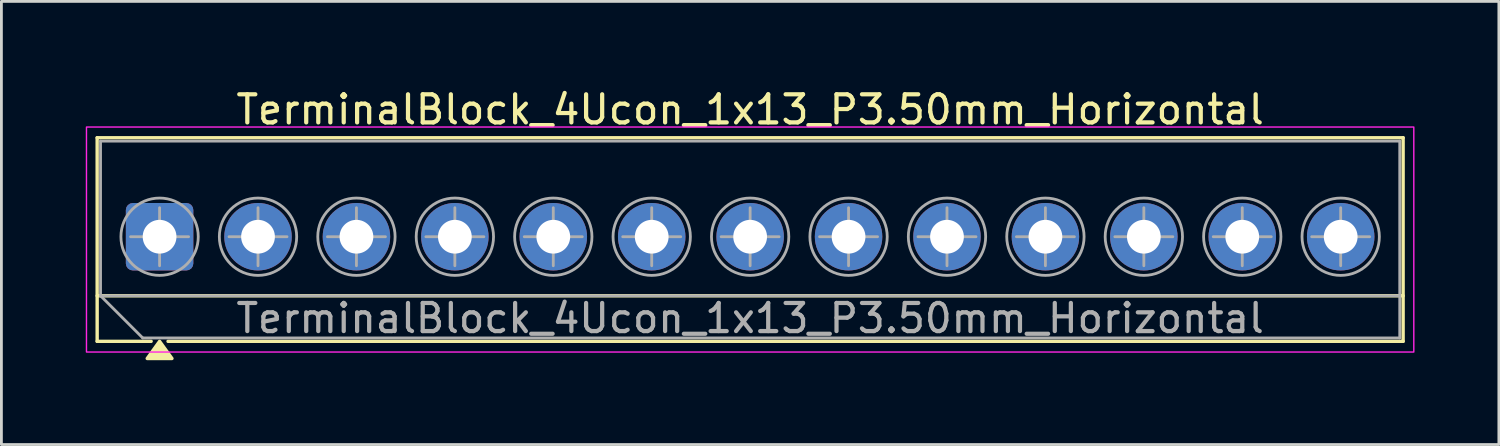
<source format=kicad_pcb>
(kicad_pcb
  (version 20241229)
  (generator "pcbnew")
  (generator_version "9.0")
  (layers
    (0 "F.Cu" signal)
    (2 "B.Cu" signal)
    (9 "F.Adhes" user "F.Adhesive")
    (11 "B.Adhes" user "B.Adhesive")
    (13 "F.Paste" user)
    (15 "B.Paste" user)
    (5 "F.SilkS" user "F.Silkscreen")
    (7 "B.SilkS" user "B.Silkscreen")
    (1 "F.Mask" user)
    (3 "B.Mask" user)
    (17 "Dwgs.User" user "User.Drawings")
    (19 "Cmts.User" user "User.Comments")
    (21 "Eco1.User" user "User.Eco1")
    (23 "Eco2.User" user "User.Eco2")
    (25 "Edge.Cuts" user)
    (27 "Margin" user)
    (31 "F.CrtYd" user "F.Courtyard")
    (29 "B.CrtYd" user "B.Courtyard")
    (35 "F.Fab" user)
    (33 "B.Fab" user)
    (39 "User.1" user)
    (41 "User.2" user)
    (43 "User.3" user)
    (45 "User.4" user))
  (footprint "TerminalBlock_4Ucon_1x13_P3.50mm_Horizontal"
    (layer "F.Cu")
    (at 2.625 5.368)
    (property "Reference" "TerminalBlock_4Ucon_1x13_P3.50mm_Horizontal" (at 21 -4.52 0) (layer "F.SilkS") (effects (font (size 1 1) (thickness 0.15))))
    (attr through_hole)
    (fp_line (start -2.22 -3.52) (end 44.22 -3.52) (stroke (width 0.12) (type solid)) (layer "F.SilkS"))
    (fp_line (start -2.22 2.1) (end 44.22 2.1) (stroke (width 0.12) (type solid)) (layer "F.SilkS"))
    (fp_line (start -2.22 3.72) (end -2.22 -3.52) (stroke (width 0.12) (type solid)) (layer "F.SilkS"))
    (fp_line (start -0.3 3.72) (end -2.22 3.72) (stroke (width 0.12) (type solid)) (layer "F.SilkS"))
    (fp_line (start 44.22 -3.52) (end 44.22 3.72) (stroke (width 0.12) (type solid)) (layer "F.SilkS"))
    (fp_line (start 44.22 3.72) (end 0.3 3.72) (stroke (width 0.12) (type solid)) (layer "F.SilkS"))
    (fp_poly (pts (xy 0 3.72) (xy 0.44 4.33) (xy -0.44 4.33)) (stroke (width 0.12) (type solid)) (fill yes) (layer "F.SilkS"))
    (fp_rect (start -2.6 -3.9) (end 44.6 4.1) (stroke (width 0.05) (type solid)) (fill no) (layer "F.CrtYd"))
    (fp_line (start -2.1 -3.4) (end 44.1 -3.4) (stroke (width 0.1) (type solid)) (layer "F.Fab"))
    (fp_line (start -2.1 2.1) (end -2.1 -3.4) (stroke (width 0.1) (type solid)) (layer "F.Fab"))
    (fp_line (start -2.1 2.1) (end 44.1 2.1) (stroke (width 0.1) (type solid)) (layer "F.Fab"))
    (fp_line (start -1.031 0) (end 1.031 0) (stroke (width 0.1) (type solid)) (layer "F.Fab"))
    (fp_line (start -0.6 3.6) (end -2.1 2.1) (stroke (width 0.1) (type solid)) (layer "F.Fab"))
    (fp_line (start 0 -1.031) (end 0 1.031) (stroke (width 0.1) (type solid)) (layer "F.Fab"))
    (fp_line (start 2.469 0) (end 4.531 0) (stroke (width 0.1) (type solid)) (layer "F.Fab"))
    (fp_line (start 3.5 -1.031) (end 3.5 1.031) (stroke (width 0.1) (type solid)) (layer "F.Fab"))
    (fp_line (start 5.969 0) (end 8.031 0) (stroke (width 0.1) (type solid)) (layer "F.Fab"))
    (fp_line (start 7 -1.031) (end 7 1.031) (stroke (width 0.1) (type solid)) (layer "F.Fab"))
    (fp_line (start 9.469 0) (end 11.531 0) (stroke (width 0.1) (type solid)) (layer "F.Fab"))
    (fp_line (start 10.5 -1.031) (end 10.5 1.031) (stroke (width 0.1) (type solid)) (layer "F.Fab"))
    (fp_line (start 12.969 0) (end 15.031 0) (stroke (width 0.1) (type solid)) (layer "F.Fab"))
    (fp_line (start 14 -1.031) (end 14 1.031) (stroke (width 0.1) (type solid)) (layer "F.Fab"))
    (fp_line (start 16.469 0) (end 18.531 0) (stroke (width 0.1) (type solid)) (layer "F.Fab"))
    (fp_line (start 17.5 -1.031) (end 17.5 1.031) (stroke (width 0.1) (type solid)) (layer "F.Fab"))
    (fp_line (start 19.969 0) (end 22.031 0) (stroke (width 0.1) (type solid)) (layer "F.Fab"))
    (fp_line (start 21 -1.031) (end 21 1.031) (stroke (width 0.1) (type solid)) (layer "F.Fab"))
    (fp_line (start 23.469 0) (end 25.531 0) (stroke (width 0.1) (type solid)) (layer "F.Fab"))
    (fp_line (start 24.5 -1.031) (end 24.5 1.031) (stroke (width 0.1) (type solid)) (layer "F.Fab"))
    (fp_line (start 26.969 0) (end 29.031 0) (stroke (width 0.1) (type solid)) (layer "F.Fab"))
    (fp_line (start 28 -1.031) (end 28 1.031) (stroke (width 0.1) (type solid)) (layer "F.Fab"))
    (fp_line (start 30.469 0) (end 32.531 0) (stroke (width 0.1) (type solid)) (layer "F.Fab"))
    (fp_line (start 31.5 -1.031) (end 31.5 1.031) (stroke (width 0.1) (type solid)) (layer "F.Fab"))
    (fp_line (start 33.969 0) (end 36.031 0) (stroke (width 0.1) (type solid)) (layer "F.Fab"))
    (fp_line (start 35 -1.031) (end 35 1.031) (stroke (width 0.1) (type solid)) (layer "F.Fab"))
    (fp_line (start 37.469 0) (end 39.531 0) (stroke (width 0.1) (type solid)) (layer "F.Fab"))
    (fp_line (start 38.5 -1.031) (end 38.5 1.031) (stroke (width 0.1) (type solid)) (layer "F.Fab"))
    (fp_line (start 40.969 0) (end 43.031 0) (stroke (width 0.1) (type solid)) (layer "F.Fab"))
    (fp_line (start 42 -1.031) (end 42 1.031) (stroke (width 0.1) (type solid)) (layer "F.Fab"))
    (fp_line (start 44.1 -3.4) (end 44.1 3.6) (stroke (width 0.1) (type solid)) (layer "F.Fab"))
    (fp_line (start 44.1 3.6) (end -0.6 3.6) (stroke (width 0.1) (type solid)) (layer "F.Fab"))
    (fp_circle (center 0 0) (end 1.375 0) (stroke (width 0.1) (type solid)) (fill no) (layer "F.Fab"))
    (fp_circle (center 3.5 0) (end 4.875 0) (stroke (width 0.1) (type solid)) (fill no) (layer "F.Fab"))
    (fp_circle (center 7 0) (end 8.375 0) (stroke (width 0.1) (type solid)) (fill no) (layer "F.Fab"))
    (fp_circle (center 10.5 0) (end 11.875 0) (stroke (width 0.1) (type solid)) (fill no) (layer "F.Fab"))
    (fp_circle (center 14 0) (end 15.375 0) (stroke (width 0.1) (type solid)) (fill no) (layer "F.Fab"))
    (fp_circle (center 17.5 0) (end 18.875 0) (stroke (width 0.1) (type solid)) (fill no) (layer "F.Fab"))
    (fp_circle (center 21 0) (end 22.375 0) (stroke (width 0.1) (type solid)) (fill no) (layer "F.Fab"))
    (fp_circle (center 24.5 0) (end 25.875 0) (stroke (width 0.1) (type solid)) (fill no) (layer "F.Fab"))
    (fp_circle (center 28 0) (end 29.375 0) (stroke (width 0.1) (type solid)) (fill no) (layer "F.Fab"))
    (fp_circle (center 31.5 0) (end 32.875 0) (stroke (width 0.1) (type solid)) (fill no) (layer "F.Fab"))
    (fp_circle (center 35 0) (end 36.375 0) (stroke (width 0.1) (type solid)) (fill no) (layer "F.Fab"))
    (fp_circle (center 38.5 0) (end 39.875 0) (stroke (width 0.1) (type solid)) (fill no) (layer "F.Fab"))
    (fp_circle (center 42 0) (end 43.375 0) (stroke (width 0.1) (type solid)) (fill no) (layer "F.Fab"))
    (fp_text user "${REFERENCE}" (at 21 2.9 0) (layer "F.Fab") (effects (font (size 1 1) (thickness 0.15))))
    (pad "1" thru_hole roundrect (at 0 0) (size 2.4 2.4) (drill 1.2) (layers "*.Cu" "*.Mask") (roundrect_rratio 0.104))
    (pad "2" thru_hole circle (at 3.5 0) (size 2.4 2.4) (drill 1.2) (layers "*.Cu" "*.Mask"))
    (pad "3" thru_hole circle (at 7 0) (size 2.4 2.4) (drill 1.2) (layers "*.Cu" "*.Mask"))
    (pad "4" thru_hole circle (at 10.5 0) (size 2.4 2.4) (drill 1.2) (layers "*.Cu" "*.Mask"))
    (pad "5" thru_hole circle (at 14 0) (size 2.4 2.4) (drill 1.2) (layers "*.Cu" "*.Mask"))
    (pad "6" thru_hole circle (at 17.5 0) (size 2.4 2.4) (drill 1.2) (layers "*.Cu" "*.Mask"))
    (pad "7" thru_hole circle (at 21 0) (size 2.4 2.4) (drill 1.2) (layers "*.Cu" "*.Mask"))
    (pad "8" thru_hole circle (at 24.5 0) (size 2.4 2.4) (drill 1.2) (layers "*.Cu" "*.Mask"))
    (pad "9" thru_hole circle (at 28 0) (size 2.4 2.4) (drill 1.2) (layers "*.Cu" "*.Mask"))
    (pad "10" thru_hole circle (at 31.5 0) (size 2.4 2.4) (drill 1.2) (layers "*.Cu" "*.Mask"))
    (pad "11" thru_hole circle (at 35 0) (size 2.4 2.4) (drill 1.2) (layers "*.Cu" "*.Mask"))
    (pad "12" thru_hole circle (at 38.5 0) (size 2.4 2.4) (drill 1.2) (layers "*.Cu" "*.Mask"))
    (pad "13" thru_hole circle (at 42 0) (size 2.4 2.4) (drill 1.2) (layers "*.Cu" "*.Mask")))
  (gr_rect
    (start -3 -3)
    (end 50.25 12.758)
    (stroke (width 0.1) (type default))
    (fill no)
    (layer "Edge.Cuts")))
</source>
